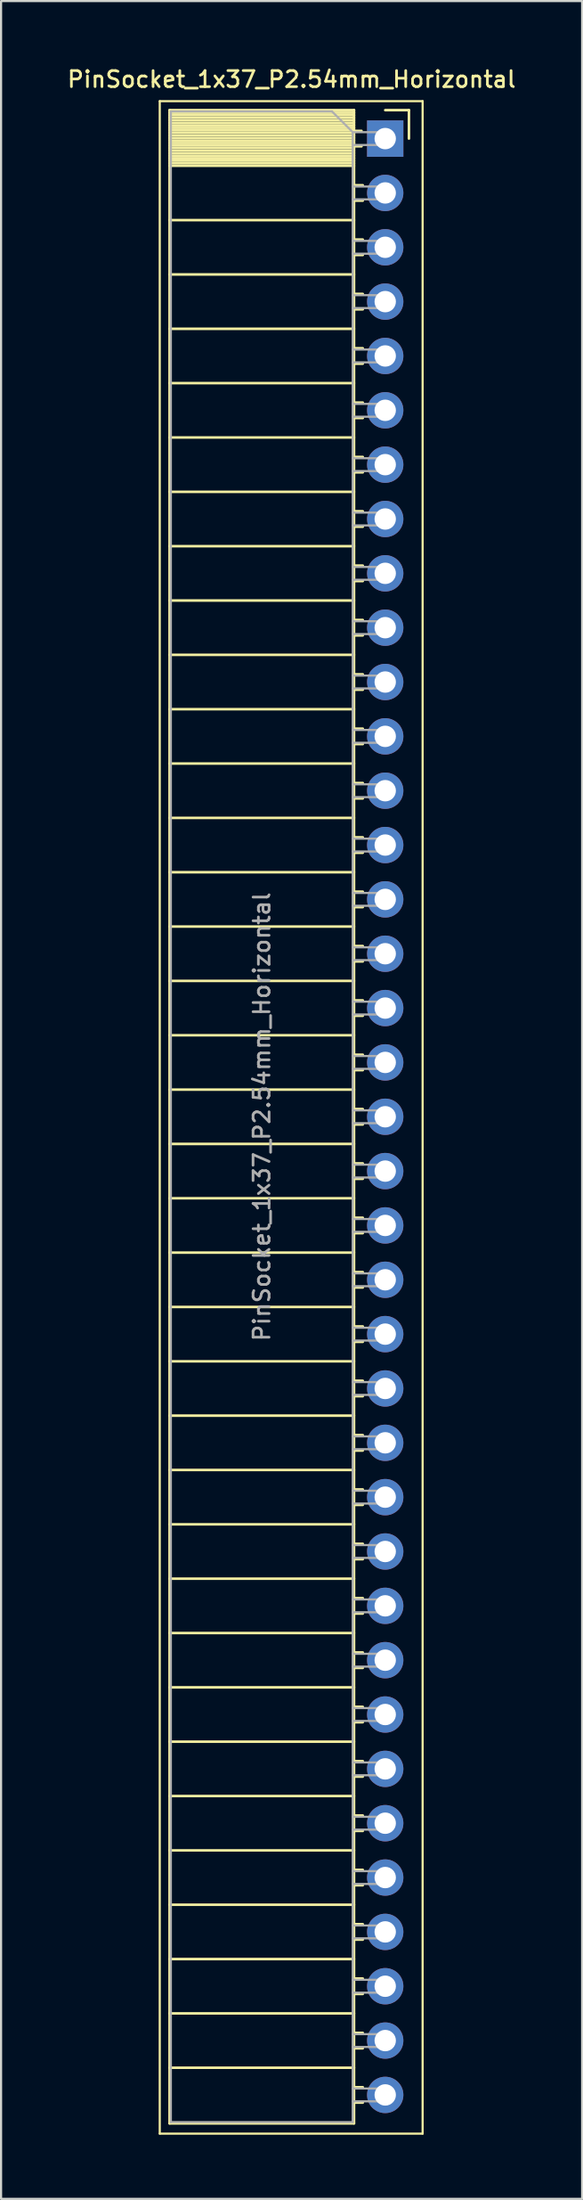
<source format=kicad_pcb>
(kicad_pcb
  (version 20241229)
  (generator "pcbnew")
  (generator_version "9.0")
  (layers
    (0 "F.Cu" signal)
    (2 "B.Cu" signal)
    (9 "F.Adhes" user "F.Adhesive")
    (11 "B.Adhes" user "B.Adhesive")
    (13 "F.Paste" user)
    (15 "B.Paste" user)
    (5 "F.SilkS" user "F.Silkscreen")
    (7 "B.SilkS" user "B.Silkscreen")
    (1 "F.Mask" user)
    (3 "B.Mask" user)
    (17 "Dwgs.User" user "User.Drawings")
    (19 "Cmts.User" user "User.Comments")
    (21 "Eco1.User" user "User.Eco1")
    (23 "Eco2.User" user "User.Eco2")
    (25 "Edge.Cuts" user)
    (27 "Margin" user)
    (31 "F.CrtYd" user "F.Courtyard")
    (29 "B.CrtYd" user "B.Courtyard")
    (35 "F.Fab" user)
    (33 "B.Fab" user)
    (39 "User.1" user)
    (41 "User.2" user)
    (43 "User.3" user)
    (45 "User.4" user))
  (footprint "PinSocket_1x37_P2.54mm_Horizontal"
    (layer "F.Cu")
    (at 14.975 3.428)
    (property "Reference" "PinSocket_1x37_P2.54mm_Horizontal" (at -4.38 -2.77 0) (layer "F.SilkS") (effects (font (size 0.75 0.75) (thickness 0.125))))
    (attr through_hole)
    (fp_line (start -10.55 -1.75) (end -10.55 93.25) (stroke (width 0.1) (type solid)) (layer "F.SilkS"))
    (fp_line (start -10.55 93.25) (end 1.75 93.25) (stroke (width 0.1) (type solid)) (layer "F.SilkS"))
    (fp_line (start -10.09 -1.33) (end -10.09 92.77) (stroke (width 0.12) (type solid)) (layer "F.SilkS"))
    (fp_line (start -10.09 -1.33) (end -1.46 -1.33) (stroke (width 0.12) (type solid)) (layer "F.SilkS"))
    (fp_line (start -10.09 -1.21) (end -1.46 -1.21) (stroke (width 0.12) (type solid)) (layer "F.SilkS"))
    (fp_line (start -10.09 -1.092) (end -1.46 -1.092) (stroke (width 0.12) (type solid)) (layer "F.SilkS"))
    (fp_line (start -10.09 -0.974) (end -1.46 -0.974) (stroke (width 0.12) (type solid)) (layer "F.SilkS"))
    (fp_line (start -10.09 -0.856) (end -1.46 -0.856) (stroke (width 0.12) (type solid)) (layer "F.SilkS"))
    (fp_line (start -10.09 -0.738) (end -1.46 -0.738) (stroke (width 0.12) (type solid)) (layer "F.SilkS"))
    (fp_line (start -10.09 -0.62) (end -1.46 -0.62) (stroke (width 0.12) (type solid)) (layer "F.SilkS"))
    (fp_line (start -10.09 -0.501) (end -1.46 -0.501) (stroke (width 0.12) (type solid)) (layer "F.SilkS"))
    (fp_line (start -10.09 -0.383) (end -1.46 -0.383) (stroke (width 0.12) (type solid)) (layer "F.SilkS"))
    (fp_line (start -10.09 -0.265) (end -1.46 -0.265) (stroke (width 0.12) (type solid)) (layer "F.SilkS"))
    (fp_line (start -10.09 -0.147) (end -1.46 -0.147) (stroke (width 0.12) (type solid)) (layer "F.SilkS"))
    (fp_line (start -10.09 -0.029) (end -1.46 -0.029) (stroke (width 0.12) (type solid)) (layer "F.SilkS"))
    (fp_line (start -10.09 0.089) (end -1.46 0.089) (stroke (width 0.12) (type solid)) (layer "F.SilkS"))
    (fp_line (start -10.09 0.207) (end -1.46 0.207) (stroke (width 0.12) (type solid)) (layer "F.SilkS"))
    (fp_line (start -10.09 0.325) (end -1.46 0.325) (stroke (width 0.12) (type solid)) (layer "F.SilkS"))
    (fp_line (start -10.09 0.443) (end -1.46 0.443) (stroke (width 0.12) (type solid)) (layer "F.SilkS"))
    (fp_line (start -10.09 0.561) (end -1.46 0.561) (stroke (width 0.12) (type solid)) (layer "F.SilkS"))
    (fp_line (start -10.09 0.68) (end -1.46 0.68) (stroke (width 0.12) (type solid)) (layer "F.SilkS"))
    (fp_line (start -10.09 0.798) (end -1.46 0.798) (stroke (width 0.12) (type solid)) (layer "F.SilkS"))
    (fp_line (start -10.09 0.916) (end -1.46 0.916) (stroke (width 0.12) (type solid)) (layer "F.SilkS"))
    (fp_line (start -10.09 1.034) (end -1.46 1.034) (stroke (width 0.12) (type solid)) (layer "F.SilkS"))
    (fp_line (start -10.09 1.152) (end -1.46 1.152) (stroke (width 0.12) (type solid)) (layer "F.SilkS"))
    (fp_line (start -10.09 1.27) (end -1.46 1.27) (stroke (width 0.12) (type solid)) (layer "F.SilkS"))
    (fp_line (start -10.09 3.81) (end -1.46 3.81) (stroke (width 0.12) (type solid)) (layer "F.SilkS"))
    (fp_line (start -10.09 6.35) (end -1.46 6.35) (stroke (width 0.12) (type solid)) (layer "F.SilkS"))
    (fp_line (start -10.09 8.89) (end -1.46 8.89) (stroke (width 0.12) (type solid)) (layer "F.SilkS"))
    (fp_line (start -10.09 11.43) (end -1.46 11.43) (stroke (width 0.12) (type solid)) (layer "F.SilkS"))
    (fp_line (start -10.09 13.97) (end -1.46 13.97) (stroke (width 0.12) (type solid)) (layer "F.SilkS"))
    (fp_line (start -10.09 16.51) (end -1.46 16.51) (stroke (width 0.12) (type solid)) (layer "F.SilkS"))
    (fp_line (start -10.09 19.05) (end -1.46 19.05) (stroke (width 0.12) (type solid)) (layer "F.SilkS"))
    (fp_line (start -10.09 21.59) (end -1.46 21.59) (stroke (width 0.12) (type solid)) (layer "F.SilkS"))
    (fp_line (start -10.09 24.13) (end -1.46 24.13) (stroke (width 0.12) (type solid)) (layer "F.SilkS"))
    (fp_line (start -10.09 26.67) (end -1.46 26.67) (stroke (width 0.12) (type solid)) (layer "F.SilkS"))
    (fp_line (start -10.09 29.21) (end -1.46 29.21) (stroke (width 0.12) (type solid)) (layer "F.SilkS"))
    (fp_line (start -10.09 31.75) (end -1.46 31.75) (stroke (width 0.12) (type solid)) (layer "F.SilkS"))
    (fp_line (start -10.09 34.29) (end -1.46 34.29) (stroke (width 0.12) (type solid)) (layer "F.SilkS"))
    (fp_line (start -10.09 36.83) (end -1.46 36.83) (stroke (width 0.12) (type solid)) (layer "F.SilkS"))
    (fp_line (start -10.09 39.37) (end -1.46 39.37) (stroke (width 0.12) (type solid)) (layer "F.SilkS"))
    (fp_line (start -10.09 41.91) (end -1.46 41.91) (stroke (width 0.12) (type solid)) (layer "F.SilkS"))
    (fp_line (start -10.09 44.45) (end -1.46 44.45) (stroke (width 0.12) (type solid)) (layer "F.SilkS"))
    (fp_line (start -10.09 46.99) (end -1.46 46.99) (stroke (width 0.12) (type solid)) (layer "F.SilkS"))
    (fp_line (start -10.09 49.53) (end -1.46 49.53) (stroke (width 0.12) (type solid)) (layer "F.SilkS"))
    (fp_line (start -10.09 52.07) (end -1.46 52.07) (stroke (width 0.12) (type solid)) (layer "F.SilkS"))
    (fp_line (start -10.09 54.61) (end -1.46 54.61) (stroke (width 0.12) (type solid)) (layer "F.SilkS"))
    (fp_line (start -10.09 57.15) (end -1.46 57.15) (stroke (width 0.12) (type solid)) (layer "F.SilkS"))
    (fp_line (start -10.09 59.69) (end -1.46 59.69) (stroke (width 0.12) (type solid)) (layer "F.SilkS"))
    (fp_line (start -10.09 62.23) (end -1.46 62.23) (stroke (width 0.12) (type solid)) (layer "F.SilkS"))
    (fp_line (start -10.09 64.77) (end -1.46 64.77) (stroke (width 0.12) (type solid)) (layer "F.SilkS"))
    (fp_line (start -10.09 67.31) (end -1.46 67.31) (stroke (width 0.12) (type solid)) (layer "F.SilkS"))
    (fp_line (start -10.09 69.85) (end -1.46 69.85) (stroke (width 0.12) (type solid)) (layer "F.SilkS"))
    (fp_line (start -10.09 72.39) (end -1.46 72.39) (stroke (width 0.12) (type solid)) (layer "F.SilkS"))
    (fp_line (start -10.09 74.93) (end -1.46 74.93) (stroke (width 0.12) (type solid)) (layer "F.SilkS"))
    (fp_line (start -10.09 77.47) (end -1.46 77.47) (stroke (width 0.12) (type solid)) (layer "F.SilkS"))
    (fp_line (start -10.09 80.01) (end -1.46 80.01) (stroke (width 0.12) (type solid)) (layer "F.SilkS"))
    (fp_line (start -10.09 82.55) (end -1.46 82.55) (stroke (width 0.12) (type solid)) (layer "F.SilkS"))
    (fp_line (start -10.09 85.09) (end -1.46 85.09) (stroke (width 0.12) (type solid)) (layer "F.SilkS"))
    (fp_line (start -10.09 87.63) (end -1.46 87.63) (stroke (width 0.12) (type solid)) (layer "F.SilkS"))
    (fp_line (start -10.09 90.17) (end -1.46 90.17) (stroke (width 0.12) (type solid)) (layer "F.SilkS"))
    (fp_line (start -10.09 92.77) (end -1.46 92.77) (stroke (width 0.12) (type solid)) (layer "F.SilkS"))
    (fp_line (start -1.46 -1.33) (end -1.46 92.77) (stroke (width 0.12) (type solid)) (layer "F.SilkS"))
    (fp_line (start -1.46 -0.36) (end -1.11 -0.36) (stroke (width 0.12) (type solid)) (layer "F.SilkS"))
    (fp_line (start -1.46 0.36) (end -1.11 0.36) (stroke (width 0.12) (type solid)) (layer "F.SilkS"))
    (fp_line (start -1.46 2.18) (end -1.05 2.18) (stroke (width 0.12) (type solid)) (layer "F.SilkS"))
    (fp_line (start -1.46 2.9) (end -1.05 2.9) (stroke (width 0.12) (type solid)) (layer "F.SilkS"))
    (fp_line (start -1.46 4.72) (end -1.05 4.72) (stroke (width 0.12) (type solid)) (layer "F.SilkS"))
    (fp_line (start -1.46 5.44) (end -1.05 5.44) (stroke (width 0.12) (type solid)) (layer "F.SilkS"))
    (fp_line (start -1.46 7.26) (end -1.05 7.26) (stroke (width 0.12) (type solid)) (layer "F.SilkS"))
    (fp_line (start -1.46 7.98) (end -1.05 7.98) (stroke (width 0.12) (type solid)) (layer "F.SilkS"))
    (fp_line (start -1.46 9.8) (end -1.05 9.8) (stroke (width 0.12) (type solid)) (layer "F.SilkS"))
    (fp_line (start -1.46 10.52) (end -1.05 10.52) (stroke (width 0.12) (type solid)) (layer "F.SilkS"))
    (fp_line (start -1.46 12.34) (end -1.05 12.34) (stroke (width 0.12) (type solid)) (layer "F.SilkS"))
    (fp_line (start -1.46 13.06) (end -1.05 13.06) (stroke (width 0.12) (type solid)) (layer "F.SilkS"))
    (fp_line (start -1.46 14.88) (end -1.05 14.88) (stroke (width 0.12) (type solid)) (layer "F.SilkS"))
    (fp_line (start -1.46 15.6) (end -1.05 15.6) (stroke (width 0.12) (type solid)) (layer "F.SilkS"))
    (fp_line (start -1.46 17.42) (end -1.05 17.42) (stroke (width 0.12) (type solid)) (layer "F.SilkS"))
    (fp_line (start -1.46 18.14) (end -1.05 18.14) (stroke (width 0.12) (type solid)) (layer "F.SilkS"))
    (fp_line (start -1.46 19.96) (end -1.05 19.96) (stroke (width 0.12) (type solid)) (layer "F.SilkS"))
    (fp_line (start -1.46 20.68) (end -1.05 20.68) (stroke (width 0.12) (type solid)) (layer "F.SilkS"))
    (fp_line (start -1.46 22.5) (end -1.05 22.5) (stroke (width 0.12) (type solid)) (layer "F.SilkS"))
    (fp_line (start -1.46 23.22) (end -1.05 23.22) (stroke (width 0.12) (type solid)) (layer "F.SilkS"))
    (fp_line (start -1.46 25.04) (end -1.05 25.04) (stroke (width 0.12) (type solid)) (layer "F.SilkS"))
    (fp_line (start -1.46 25.76) (end -1.05 25.76) (stroke (width 0.12) (type solid)) (layer "F.SilkS"))
    (fp_line (start -1.46 27.58) (end -1.05 27.58) (stroke (width 0.12) (type solid)) (layer "F.SilkS"))
    (fp_line (start -1.46 28.3) (end -1.05 28.3) (stroke (width 0.12) (type solid)) (layer "F.SilkS"))
    (fp_line (start -1.46 30.12) (end -1.05 30.12) (stroke (width 0.12) (type solid)) (layer "F.SilkS"))
    (fp_line (start -1.46 30.84) (end -1.05 30.84) (stroke (width 0.12) (type solid)) (layer "F.SilkS"))
    (fp_line (start -1.46 32.66) (end -1.05 32.66) (stroke (width 0.12) (type solid)) (layer "F.SilkS"))
    (fp_line (start -1.46 33.38) (end -1.05 33.38) (stroke (width 0.12) (type solid)) (layer "F.SilkS"))
    (fp_line (start -1.46 35.2) (end -1.05 35.2) (stroke (width 0.12) (type solid)) (layer "F.SilkS"))
    (fp_line (start -1.46 35.92) (end -1.05 35.92) (stroke (width 0.12) (type solid)) (layer "F.SilkS"))
    (fp_line (start -1.46 37.74) (end -1.05 37.74) (stroke (width 0.12) (type solid)) (layer "F.SilkS"))
    (fp_line (start -1.46 38.46) (end -1.05 38.46) (stroke (width 0.12) (type solid)) (layer "F.SilkS"))
    (fp_line (start -1.46 40.28) (end -1.05 40.28) (stroke (width 0.12) (type solid)) (layer "F.SilkS"))
    (fp_line (start -1.46 41) (end -1.05 41) (stroke (width 0.12) (type solid)) (layer "F.SilkS"))
    (fp_line (start -1.46 42.82) (end -1.05 42.82) (stroke (width 0.12) (type solid)) (layer "F.SilkS"))
    (fp_line (start -1.46 43.54) (end -1.05 43.54) (stroke (width 0.12) (type solid)) (layer "F.SilkS"))
    (fp_line (start -1.46 45.36) (end -1.05 45.36) (stroke (width 0.12) (type solid)) (layer "F.SilkS"))
    (fp_line (start -1.46 46.08) (end -1.05 46.08) (stroke (width 0.12) (type solid)) (layer "F.SilkS"))
    (fp_line (start -1.46 47.9) (end -1.05 47.9) (stroke (width 0.12) (type solid)) (layer "F.SilkS"))
    (fp_line (start -1.46 48.62) (end -1.05 48.62) (stroke (width 0.12) (type solid)) (layer "F.SilkS"))
    (fp_line (start -1.46 50.44) (end -1.05 50.44) (stroke (width 0.12) (type solid)) (layer "F.SilkS"))
    (fp_line (start -1.46 51.16) (end -1.05 51.16) (stroke (width 0.12) (type solid)) (layer "F.SilkS"))
    (fp_line (start -1.46 52.98) (end -1.05 52.98) (stroke (width 0.12) (type solid)) (layer "F.SilkS"))
    (fp_line (start -1.46 53.7) (end -1.05 53.7) (stroke (width 0.12) (type solid)) (layer "F.SilkS"))
    (fp_line (start -1.46 55.52) (end -1.05 55.52) (stroke (width 0.12) (type solid)) (layer "F.SilkS"))
    (fp_line (start -1.46 56.24) (end -1.05 56.24) (stroke (width 0.12) (type solid)) (layer "F.SilkS"))
    (fp_line (start -1.46 58.06) (end -1.05 58.06) (stroke (width 0.12) (type solid)) (layer "F.SilkS"))
    (fp_line (start -1.46 58.78) (end -1.05 58.78) (stroke (width 0.12) (type solid)) (layer "F.SilkS"))
    (fp_line (start -1.46 60.6) (end -1.05 60.6) (stroke (width 0.12) (type solid)) (layer "F.SilkS"))
    (fp_line (start -1.46 61.32) (end -1.05 61.32) (stroke (width 0.12) (type solid)) (layer "F.SilkS"))
    (fp_line (start -1.46 63.14) (end -1.05 63.14) (stroke (width 0.12) (type solid)) (layer "F.SilkS"))
    (fp_line (start -1.46 63.86) (end -1.05 63.86) (stroke (width 0.12) (type solid)) (layer "F.SilkS"))
    (fp_line (start -1.46 65.68) (end -1.05 65.68) (stroke (width 0.12) (type solid)) (layer "F.SilkS"))
    (fp_line (start -1.46 66.4) (end -1.05 66.4) (stroke (width 0.12) (type solid)) (layer "F.SilkS"))
    (fp_line (start -1.46 68.22) (end -1.05 68.22) (stroke (width 0.12) (type solid)) (layer "F.SilkS"))
    (fp_line (start -1.46 68.94) (end -1.05 68.94) (stroke (width 0.12) (type solid)) (layer "F.SilkS"))
    (fp_line (start -1.46 70.76) (end -1.05 70.76) (stroke (width 0.12) (type solid)) (layer "F.SilkS"))
    (fp_line (start -1.46 71.48) (end -1.05 71.48) (stroke (width 0.12) (type solid)) (layer "F.SilkS"))
    (fp_line (start -1.46 73.3) (end -1.05 73.3) (stroke (width 0.12) (type solid)) (layer "F.SilkS"))
    (fp_line (start -1.46 74.02) (end -1.05 74.02) (stroke (width 0.12) (type solid)) (layer "F.SilkS"))
    (fp_line (start -1.46 75.84) (end -1.05 75.84) (stroke (width 0.12) (type solid)) (layer "F.SilkS"))
    (fp_line (start -1.46 76.56) (end -1.05 76.56) (stroke (width 0.12) (type solid)) (layer "F.SilkS"))
    (fp_line (start -1.46 78.38) (end -1.05 78.38) (stroke (width 0.12) (type solid)) (layer "F.SilkS"))
    (fp_line (start -1.46 79.1) (end -1.05 79.1) (stroke (width 0.12) (type solid)) (layer "F.SilkS"))
    (fp_line (start -1.46 80.92) (end -1.05 80.92) (stroke (width 0.12) (type solid)) (layer "F.SilkS"))
    (fp_line (start -1.46 81.64) (end -1.05 81.64) (stroke (width 0.12) (type solid)) (layer "F.SilkS"))
    (fp_line (start -1.46 83.46) (end -1.05 83.46) (stroke (width 0.12) (type solid)) (layer "F.SilkS"))
    (fp_line (start -1.46 84.18) (end -1.05 84.18) (stroke (width 0.12) (type solid)) (layer "F.SilkS"))
    (fp_line (start -1.46 86) (end -1.05 86) (stroke (width 0.12) (type solid)) (layer "F.SilkS"))
    (fp_line (start -1.46 86.72) (end -1.05 86.72) (stroke (width 0.12) (type solid)) (layer "F.SilkS"))
    (fp_line (start -1.46 88.54) (end -1.05 88.54) (stroke (width 0.12) (type solid)) (layer "F.SilkS"))
    (fp_line (start -1.46 89.26) (end -1.05 89.26) (stroke (width 0.12) (type solid)) (layer "F.SilkS"))
    (fp_line (start -1.46 91.08) (end -1.05 91.08) (stroke (width 0.12) (type solid)) (layer "F.SilkS"))
    (fp_line (start -1.46 91.8) (end -1.05 91.8) (stroke (width 0.12) (type solid)) (layer "F.SilkS"))
    (fp_line (start 0 -1.33) (end 1.11 -1.33) (stroke (width 0.12) (type solid)) (layer "F.SilkS"))
    (fp_line (start 1.11 -1.33) (end 1.11 0) (stroke (width 0.12) (type solid)) (layer "F.SilkS"))
    (fp_line (start 1.75 -1.75) (end -10.55 -1.75) (stroke (width 0.1) (type solid)) (layer "F.SilkS"))
    (fp_line (start 1.75 93.25) (end 1.75 -1.75) (stroke (width 0.1) (type solid)) (layer "F.SilkS"))
    (fp_line (start -10.03 -1.27) (end -2.49 -1.27) (stroke (width 0.1) (type solid)) (layer "F.Fab"))
    (fp_line (start -10.03 92.71) (end -10.03 -1.27) (stroke (width 0.1) (type solid)) (layer "F.Fab"))
    (fp_line (start -2.49 -1.27) (end -1.52 -0.3) (stroke (width 0.1) (type solid)) (layer "F.Fab"))
    (fp_line (start -1.52 -0.3) (end -1.52 92.71) (stroke (width 0.1) (type solid)) (layer "F.Fab"))
    (fp_line (start -1.52 0.3) (end 0 0.3) (stroke (width 0.1) (type solid)) (layer "F.Fab"))
    (fp_line (start -1.52 2.84) (end 0 2.84) (stroke (width 0.1) (type solid)) (layer "F.Fab"))
    (fp_line (start -1.52 5.38) (end 0 5.38) (stroke (width 0.1) (type solid)) (layer "F.Fab"))
    (fp_line (start -1.52 7.92) (end 0 7.92) (stroke (width 0.1) (type solid)) (layer "F.Fab"))
    (fp_line (start -1.52 10.46) (end 0 10.46) (stroke (width 0.1) (type solid)) (layer "F.Fab"))
    (fp_line (start -1.52 13) (end 0 13) (stroke (width 0.1) (type solid)) (layer "F.Fab"))
    (fp_line (start -1.52 15.54) (end 0 15.54) (stroke (width 0.1) (type solid)) (layer "F.Fab"))
    (fp_line (start -1.52 18.08) (end 0 18.08) (stroke (width 0.1) (type solid)) (layer "F.Fab"))
    (fp_line (start -1.52 20.62) (end 0 20.62) (stroke (width 0.1) (type solid)) (layer "F.Fab"))
    (fp_line (start -1.52 23.16) (end 0 23.16) (stroke (width 0.1) (type solid)) (layer "F.Fab"))
    (fp_line (start -1.52 25.7) (end 0 25.7) (stroke (width 0.1) (type solid)) (layer "F.Fab"))
    (fp_line (start -1.52 28.24) (end 0 28.24) (stroke (width 0.1) (type solid)) (layer "F.Fab"))
    (fp_line (start -1.52 30.78) (end 0 30.78) (stroke (width 0.1) (type solid)) (layer "F.Fab"))
    (fp_line (start -1.52 33.32) (end 0 33.32) (stroke (width 0.1) (type solid)) (layer "F.Fab"))
    (fp_line (start -1.52 35.86) (end 0 35.86) (stroke (width 0.1) (type solid)) (layer "F.Fab"))
    (fp_line (start -1.52 38.4) (end 0 38.4) (stroke (width 0.1) (type solid)) (layer "F.Fab"))
    (fp_line (start -1.52 40.94) (end 0 40.94) (stroke (width 0.1) (type solid)) (layer "F.Fab"))
    (fp_line (start -1.52 43.48) (end 0 43.48) (stroke (width 0.1) (type solid)) (layer "F.Fab"))
    (fp_line (start -1.52 46.02) (end 0 46.02) (stroke (width 0.1) (type solid)) (layer "F.Fab"))
    (fp_line (start -1.52 48.56) (end 0 48.56) (stroke (width 0.1) (type solid)) (layer "F.Fab"))
    (fp_line (start -1.52 51.1) (end 0 51.1) (stroke (width 0.1) (type solid)) (layer "F.Fab"))
    (fp_line (start -1.52 53.64) (end 0 53.64) (stroke (width 0.1) (type solid)) (layer "F.Fab"))
    (fp_line (start -1.52 56.18) (end 0 56.18) (stroke (width 0.1) (type solid)) (layer "F.Fab"))
    (fp_line (start -1.52 58.72) (end 0 58.72) (stroke (width 0.1) (type solid)) (layer "F.Fab"))
    (fp_line (start -1.52 61.26) (end 0 61.26) (stroke (width 0.1) (type solid)) (layer "F.Fab"))
    (fp_line (start -1.52 63.8) (end 0 63.8) (stroke (width 0.1) (type solid)) (layer "F.Fab"))
    (fp_line (start -1.52 66.34) (end 0 66.34) (stroke (width 0.1) (type solid)) (layer "F.Fab"))
    (fp_line (start -1.52 68.88) (end 0 68.88) (stroke (width 0.1) (type solid)) (layer "F.Fab"))
    (fp_line (start -1.52 71.42) (end 0 71.42) (stroke (width 0.1) (type solid)) (layer "F.Fab"))
    (fp_line (start -1.52 73.96) (end 0 73.96) (stroke (width 0.1) (type solid)) (layer "F.Fab"))
    (fp_line (start -1.52 76.5) (end 0 76.5) (stroke (width 0.1) (type solid)) (layer "F.Fab"))
    (fp_line (start -1.52 79.04) (end 0 79.04) (stroke (width 0.1) (type solid)) (layer "F.Fab"))
    (fp_line (start -1.52 81.58) (end 0 81.58) (stroke (width 0.1) (type solid)) (layer "F.Fab"))
    (fp_line (start -1.52 84.12) (end 0 84.12) (stroke (width 0.1) (type solid)) (layer "F.Fab"))
    (fp_line (start -1.52 86.66) (end 0 86.66) (stroke (width 0.1) (type solid)) (layer "F.Fab"))
    (fp_line (start -1.52 89.2) (end 0 89.2) (stroke (width 0.1) (type solid)) (layer "F.Fab"))
    (fp_line (start -1.52 91.74) (end 0 91.74) (stroke (width 0.1) (type solid)) (layer "F.Fab"))
    (fp_line (start -1.52 92.71) (end -10.03 92.71) (stroke (width 0.1) (type solid)) (layer "F.Fab"))
    (fp_line (start 0 -0.3) (end -1.52 -0.3) (stroke (width 0.1) (type solid)) (layer "F.Fab"))
    (fp_line (start 0 0.3) (end 0 -0.3) (stroke (width 0.1) (type solid)) (layer "F.Fab"))
    (fp_line (start 0 2.24) (end -1.52 2.24) (stroke (width 0.1) (type solid)) (layer "F.Fab"))
    (fp_line (start 0 2.84) (end 0 2.24) (stroke (width 0.1) (type solid)) (layer "F.Fab"))
    (fp_line (start 0 4.78) (end -1.52 4.78) (stroke (width 0.1) (type solid)) (layer "F.Fab"))
    (fp_line (start 0 5.38) (end 0 4.78) (stroke (width 0.1) (type solid)) (layer "F.Fab"))
    (fp_line (start 0 7.32) (end -1.52 7.32) (stroke (width 0.1) (type solid)) (layer "F.Fab"))
    (fp_line (start 0 7.92) (end 0 7.32) (stroke (width 0.1) (type solid)) (layer "F.Fab"))
    (fp_line (start 0 9.86) (end -1.52 9.86) (stroke (width 0.1) (type solid)) (layer "F.Fab"))
    (fp_line (start 0 10.46) (end 0 9.86) (stroke (width 0.1) (type solid)) (layer "F.Fab"))
    (fp_line (start 0 12.4) (end -1.52 12.4) (stroke (width 0.1) (type solid)) (layer "F.Fab"))
    (fp_line (start 0 13) (end 0 12.4) (stroke (width 0.1) (type solid)) (layer "F.Fab"))
    (fp_line (start 0 14.94) (end -1.52 14.94) (stroke (width 0.1) (type solid)) (layer "F.Fab"))
    (fp_line (start 0 15.54) (end 0 14.94) (stroke (width 0.1) (type solid)) (layer "F.Fab"))
    (fp_line (start 0 17.48) (end -1.52 17.48) (stroke (width 0.1) (type solid)) (layer "F.Fab"))
    (fp_line (start 0 18.08) (end 0 17.48) (stroke (width 0.1) (type solid)) (layer "F.Fab"))
    (fp_line (start 0 20.02) (end -1.52 20.02) (stroke (width 0.1) (type solid)) (layer "F.Fab"))
    (fp_line (start 0 20.62) (end 0 20.02) (stroke (width 0.1) (type solid)) (layer "F.Fab"))
    (fp_line (start 0 22.56) (end -1.52 22.56) (stroke (width 0.1) (type solid)) (layer "F.Fab"))
    (fp_line (start 0 23.16) (end 0 22.56) (stroke (width 0.1) (type solid)) (layer "F.Fab"))
    (fp_line (start 0 25.1) (end -1.52 25.1) (stroke (width 0.1) (type solid)) (layer "F.Fab"))
    (fp_line (start 0 25.7) (end 0 25.1) (stroke (width 0.1) (type solid)) (layer "F.Fab"))
    (fp_line (start 0 27.64) (end -1.52 27.64) (stroke (width 0.1) (type solid)) (layer "F.Fab"))
    (fp_line (start 0 28.24) (end 0 27.64) (stroke (width 0.1) (type solid)) (layer "F.Fab"))
    (fp_line (start 0 30.18) (end -1.52 30.18) (stroke (width 0.1) (type solid)) (layer "F.Fab"))
    (fp_line (start 0 30.78) (end 0 30.18) (stroke (width 0.1) (type solid)) (layer "F.Fab"))
    (fp_line (start 0 32.72) (end -1.52 32.72) (stroke (width 0.1) (type solid)) (layer "F.Fab"))
    (fp_line (start 0 33.32) (end 0 32.72) (stroke (width 0.1) (type solid)) (layer "F.Fab"))
    (fp_line (start 0 35.26) (end -1.52 35.26) (stroke (width 0.1) (type solid)) (layer "F.Fab"))
    (fp_line (start 0 35.86) (end 0 35.26) (stroke (width 0.1) (type solid)) (layer "F.Fab"))
    (fp_line (start 0 37.8) (end -1.52 37.8) (stroke (width 0.1) (type solid)) (layer "F.Fab"))
    (fp_line (start 0 38.4) (end 0 37.8) (stroke (width 0.1) (type solid)) (layer "F.Fab"))
    (fp_line (start 0 40.34) (end -1.52 40.34) (stroke (width 0.1) (type solid)) (layer "F.Fab"))
    (fp_line (start 0 40.94) (end 0 40.34) (stroke (width 0.1) (type solid)) (layer "F.Fab"))
    (fp_line (start 0 42.88) (end -1.52 42.88) (stroke (width 0.1) (type solid)) (layer "F.Fab"))
    (fp_line (start 0 43.48) (end 0 42.88) (stroke (width 0.1) (type solid)) (layer "F.Fab"))
    (fp_line (start 0 45.42) (end -1.52 45.42) (stroke (width 0.1) (type solid)) (layer "F.Fab"))
    (fp_line (start 0 46.02) (end 0 45.42) (stroke (width 0.1) (type solid)) (layer "F.Fab"))
    (fp_line (start 0 47.96) (end -1.52 47.96) (stroke (width 0.1) (type solid)) (layer "F.Fab"))
    (fp_line (start 0 48.56) (end 0 47.96) (stroke (width 0.1) (type solid)) (layer "F.Fab"))
    (fp_line (start 0 50.5) (end -1.52 50.5) (stroke (width 0.1) (type solid)) (layer "F.Fab"))
    (fp_line (start 0 51.1) (end 0 50.5) (stroke (width 0.1) (type solid)) (layer "F.Fab"))
    (fp_line (start 0 53.04) (end -1.52 53.04) (stroke (width 0.1) (type solid)) (layer "F.Fab"))
    (fp_line (start 0 53.64) (end 0 53.04) (stroke (width 0.1) (type solid)) (layer "F.Fab"))
    (fp_line (start 0 55.58) (end -1.52 55.58) (stroke (width 0.1) (type solid)) (layer "F.Fab"))
    (fp_line (start 0 56.18) (end 0 55.58) (stroke (width 0.1) (type solid)) (layer "F.Fab"))
    (fp_line (start 0 58.12) (end -1.52 58.12) (stroke (width 0.1) (type solid)) (layer "F.Fab"))
    (fp_line (start 0 58.72) (end 0 58.12) (stroke (width 0.1) (type solid)) (layer "F.Fab"))
    (fp_line (start 0 60.66) (end -1.52 60.66) (stroke (width 0.1) (type solid)) (layer "F.Fab"))
    (fp_line (start 0 61.26) (end 0 60.66) (stroke (width 0.1) (type solid)) (layer "F.Fab"))
    (fp_line (start 0 63.2) (end -1.52 63.2) (stroke (width 0.1) (type solid)) (layer "F.Fab"))
    (fp_line (start 0 63.8) (end 0 63.2) (stroke (width 0.1) (type solid)) (layer "F.Fab"))
    (fp_line (start 0 65.74) (end -1.52 65.74) (stroke (width 0.1) (type solid)) (layer "F.Fab"))
    (fp_line (start 0 66.34) (end 0 65.74) (stroke (width 0.1) (type solid)) (layer "F.Fab"))
    (fp_line (start 0 68.28) (end -1.52 68.28) (stroke (width 0.1) (type solid)) (layer "F.Fab"))
    (fp_line (start 0 68.88) (end 0 68.28) (stroke (width 0.1) (type solid)) (layer "F.Fab"))
    (fp_line (start 0 70.82) (end -1.52 70.82) (stroke (width 0.1) (type solid)) (layer "F.Fab"))
    (fp_line (start 0 71.42) (end 0 70.82) (stroke (width 0.1) (type solid)) (layer "F.Fab"))
    (fp_line (start 0 73.36) (end -1.52 73.36) (stroke (width 0.1) (type solid)) (layer "F.Fab"))
    (fp_line (start 0 73.96) (end 0 73.36) (stroke (width 0.1) (type solid)) (layer "F.Fab"))
    (fp_line (start 0 75.9) (end -1.52 75.9) (stroke (width 0.1) (type solid)) (layer "F.Fab"))
    (fp_line (start 0 76.5) (end 0 75.9) (stroke (width 0.1) (type solid)) (layer "F.Fab"))
    (fp_line (start 0 78.44) (end -1.52 78.44) (stroke (width 0.1) (type solid)) (layer "F.Fab"))
    (fp_line (start 0 79.04) (end 0 78.44) (stroke (width 0.1) (type solid)) (layer "F.Fab"))
    (fp_line (start 0 80.98) (end -1.52 80.98) (stroke (width 0.1) (type solid)) (layer "F.Fab"))
    (fp_line (start 0 81.58) (end 0 80.98) (stroke (width 0.1) (type solid)) (layer "F.Fab"))
    (fp_line (start 0 83.52) (end -1.52 83.52) (stroke (width 0.1) (type solid)) (layer "F.Fab"))
    (fp_line (start 0 84.12) (end 0 83.52) (stroke (width 0.1) (type solid)) (layer "F.Fab"))
    (fp_line (start 0 86.06) (end -1.52 86.06) (stroke (width 0.1) (type solid)) (layer "F.Fab"))
    (fp_line (start 0 86.66) (end 0 86.06) (stroke (width 0.1) (type solid)) (layer "F.Fab"))
    (fp_line (start 0 88.6) (end -1.52 88.6) (stroke (width 0.1) (type solid)) (layer "F.Fab"))
    (fp_line (start 0 89.2) (end 0 88.6) (stroke (width 0.1) (type solid)) (layer "F.Fab"))
    (fp_line (start 0 91.14) (end -1.52 91.14) (stroke (width 0.1) (type solid)) (layer "F.Fab"))
    (fp_line (start 0 91.74) (end 0 91.14) (stroke (width 0.1) (type solid)) (layer "F.Fab"))
    (fp_text user "${REFERENCE}" (at -5.775 45.72 90) (layer "F.Fab") (effects (font (size 0.75 0.75) (thickness 0.125))))
    (pad "1" thru_hole rect (at 0 0) (size 1.7 1.7) (drill 1) (layers "*.Cu" "*.Mask"))
    (pad "2" thru_hole oval (at 0 2.54) (size 1.7 1.7) (drill 1) (layers "*.Cu" "*.Mask"))
    (pad "3" thru_hole oval (at 0 5.08) (size 1.7 1.7) (drill 1) (layers "*.Cu" "*.Mask"))
    (pad "4" thru_hole oval (at 0 7.62) (size 1.7 1.7) (drill 1) (layers "*.Cu" "*.Mask"))
    (pad "5" thru_hole oval (at 0 10.16) (size 1.7 1.7) (drill 1) (layers "*.Cu" "*.Mask"))
    (pad "6" thru_hole oval (at 0 12.7) (size 1.7 1.7) (drill 1) (layers "*.Cu" "*.Mask"))
    (pad "7" thru_hole oval (at 0 15.24) (size 1.7 1.7) (drill 1) (layers "*.Cu" "*.Mask"))
    (pad "8" thru_hole oval (at 0 17.78) (size 1.7 1.7) (drill 1) (layers "*.Cu" "*.Mask"))
    (pad "9" thru_hole oval (at 0 20.32) (size 1.7 1.7) (drill 1) (layers "*.Cu" "*.Mask"))
    (pad "10" thru_hole oval (at 0 22.86) (size 1.7 1.7) (drill 1) (layers "*.Cu" "*.Mask"))
    (pad "11" thru_hole oval (at 0 25.4) (size 1.7 1.7) (drill 1) (layers "*.Cu" "*.Mask"))
    (pad "12" thru_hole oval (at 0 27.94) (size 1.7 1.7) (drill 1) (layers "*.Cu" "*.Mask"))
    (pad "13" thru_hole oval (at 0 30.48) (size 1.7 1.7) (drill 1) (layers "*.Cu" "*.Mask"))
    (pad "14" thru_hole oval (at 0 33.02) (size 1.7 1.7) (drill 1) (layers "*.Cu" "*.Mask"))
    (pad "15" thru_hole oval (at 0 35.56) (size 1.7 1.7) (drill 1) (layers "*.Cu" "*.Mask"))
    (pad "16" thru_hole oval (at 0 38.1) (size 1.7 1.7) (drill 1) (layers "*.Cu" "*.Mask"))
    (pad "17" thru_hole oval (at 0 40.64) (size 1.7 1.7) (drill 1) (layers "*.Cu" "*.Mask"))
    (pad "18" thru_hole oval (at 0 43.18) (size 1.7 1.7) (drill 1) (layers "*.Cu" "*.Mask"))
    (pad "19" thru_hole oval (at 0 45.72) (size 1.7 1.7) (drill 1) (layers "*.Cu" "*.Mask"))
    (pad "20" thru_hole oval (at 0 48.26) (size 1.7 1.7) (drill 1) (layers "*.Cu" "*.Mask"))
    (pad "21" thru_hole oval (at 0 50.8) (size 1.7 1.7) (drill 1) (layers "*.Cu" "*.Mask"))
    (pad "22" thru_hole oval (at 0 53.34) (size 1.7 1.7) (drill 1) (layers "*.Cu" "*.Mask"))
    (pad "23" thru_hole oval (at 0 55.88) (size 1.7 1.7) (drill 1) (layers "*.Cu" "*.Mask"))
    (pad "24" thru_hole oval (at 0 58.42) (size 1.7 1.7) (drill 1) (layers "*.Cu" "*.Mask"))
    (pad "25" thru_hole oval (at 0 60.96) (size 1.7 1.7) (drill 1) (layers "*.Cu" "*.Mask"))
    (pad "26" thru_hole oval (at 0 63.5) (size 1.7 1.7) (drill 1) (layers "*.Cu" "*.Mask"))
    (pad "27" thru_hole oval (at 0 66.04) (size 1.7 1.7) (drill 1) (layers "*.Cu" "*.Mask"))
    (pad "28" thru_hole oval (at 0 68.58) (size 1.7 1.7) (drill 1) (layers "*.Cu" "*.Mask"))
    (pad "29" thru_hole oval (at 0 71.12) (size 1.7 1.7) (drill 1) (layers "*.Cu" "*.Mask"))
    (pad "30" thru_hole oval (at 0 73.66) (size 1.7 1.7) (drill 1) (layers "*.Cu" "*.Mask"))
    (pad "31" thru_hole oval (at 0 76.2) (size 1.7 1.7) (drill 1) (layers "*.Cu" "*.Mask"))
    (pad "32" thru_hole oval (at 0 78.74) (size 1.7 1.7) (drill 1) (layers "*.Cu" "*.Mask"))
    (pad "33" thru_hole oval (at 0 81.28) (size 1.7 1.7) (drill 1) (layers "*.Cu" "*.Mask"))
    (pad "34" thru_hole oval (at 0 83.82) (size 1.7 1.7) (drill 1) (layers "*.Cu" "*.Mask"))
    (pad "35" thru_hole oval (at 0 86.36) (size 1.7 1.7) (drill 1) (layers "*.Cu" "*.Mask"))
    (pad "36" thru_hole oval (at 0 88.9) (size 1.7 1.7) (drill 1) (layers "*.Cu" "*.Mask"))
    (pad "37" thru_hole oval (at 0 91.44) (size 1.7 1.7) (drill 1) (layers "*.Cu" "*.Mask")))
  (gr_rect
    (start -3 -3)
    (end 24.189 99.728)
    (stroke (width 0.1) (type default))
    (fill no)
    (layer "Edge.Cuts")))
</source>
